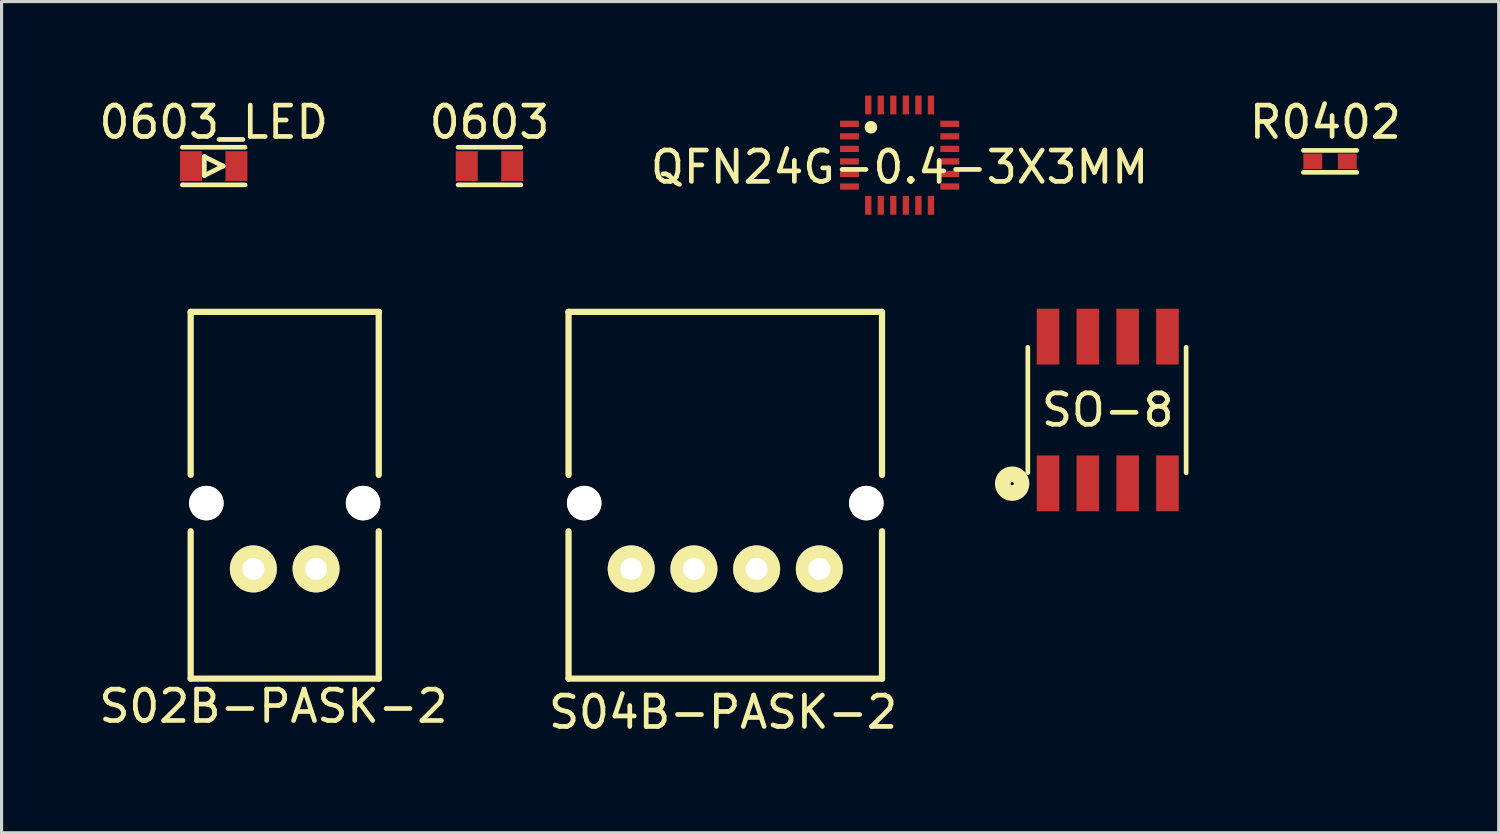
<source format=kicad_pcb>
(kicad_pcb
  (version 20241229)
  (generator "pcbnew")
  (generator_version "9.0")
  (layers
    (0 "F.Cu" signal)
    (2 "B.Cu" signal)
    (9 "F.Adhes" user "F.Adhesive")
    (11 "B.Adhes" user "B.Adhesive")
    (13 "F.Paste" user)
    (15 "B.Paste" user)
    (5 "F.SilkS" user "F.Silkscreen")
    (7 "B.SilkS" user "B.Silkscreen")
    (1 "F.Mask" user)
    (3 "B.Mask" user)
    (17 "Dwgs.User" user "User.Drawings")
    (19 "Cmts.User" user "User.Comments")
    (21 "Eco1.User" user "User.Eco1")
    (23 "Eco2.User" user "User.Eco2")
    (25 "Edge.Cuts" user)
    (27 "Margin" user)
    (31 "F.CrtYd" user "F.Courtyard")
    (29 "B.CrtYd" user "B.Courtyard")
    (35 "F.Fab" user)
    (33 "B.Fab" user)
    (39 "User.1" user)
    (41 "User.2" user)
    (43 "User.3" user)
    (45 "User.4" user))
  (footprint "SO-8"
    (layer "F.Cu")
    (at 32.29 10.03)
    (property "Reference" "SO-8" (at 0 0 0) (layer "F.SilkS") (effects (font (size 1 1) (thickness 0.15))))
    (attr through_hole)
    (fp_line (start -2.55 -2) (end -2.55 2) (stroke (width 0.15) (type solid)) (layer "F.SilkS"))
    (fp_line (start 2.5 2) (end 2.5 -2) (stroke (width 0.15) (type solid)) (layer "F.SilkS"))
    (fp_circle (center -3.05 2.35) (end -2.75 2.35) (stroke (width 0.5) (type solid)) (fill no) (layer "F.SilkS"))
    (pad "1" smd rect (at -1.905 2.34) (size 0.72 1.78) (layers "F.Cu" "F.Mask" "F.Paste"))
    (pad "2" smd rect (at -0.635 2.34) (size 0.72 1.78) (layers "F.Cu" "F.Mask" "F.Paste"))
    (pad "3" smd rect (at 0.635 2.34) (size 0.72 1.78) (layers "F.Cu" "F.Mask" "F.Paste"))
    (pad "4" smd rect (at 1.905 2.34) (size 0.72 1.78) (layers "F.Cu" "F.Mask" "F.Paste"))
    (pad "5" smd rect (at 1.905 -2.34) (size 0.72 1.78) (layers "F.Cu" "F.Mask" "F.Paste"))
    (pad "6" smd rect (at 0.635 -2.34) (size 0.72 1.78) (layers "F.Cu" "F.Mask" "F.Paste"))
    (pad "7" smd rect (at -0.635 -2.34) (size 0.72 1.78) (layers "F.Cu" "F.Mask" "F.Paste"))
    (pad "8" smd rect (at -1.905 -2.34) (size 0.72 1.78) (layers "F.Cu" "F.Mask" "F.Paste")))
  (footprint "S02B-PASK-2"
    (layer "F.Cu")
    (at 5.033 15.1)
    (property "Reference" "S02B-PASK-2" (at 0.64 4.38 0) (layer "F.SilkS") (effects (font (size 1 1) (thickness 0.15))))
    (attr through_hole)
    (fp_line (start -2 -8.2) (end -2 -3) (stroke (width 0.2) (type solid)) (layer "F.SilkS"))
    (fp_line (start -2 -1.2) (end -2 3.5) (stroke (width 0.2) (type solid)) (layer "F.SilkS"))
    (fp_line (start -2 3.5) (end 4 3.5) (stroke (width 0.2) (type solid)) (layer "F.SilkS"))
    (fp_line (start 4 -8.2) (end -2 -8.2) (stroke (width 0.2) (type solid)) (layer "F.SilkS"))
    (fp_line (start 4 -3) (end 4 -8.2) (stroke (width 0.2) (type solid)) (layer "F.SilkS"))
    (fp_line (start 4 3.5) (end 4 -1.2) (stroke (width 0.2) (type solid)) (layer "F.SilkS"))
    (pad "" np_thru_hole circle (at -1.5 -2.1) (size 1.1 1.1) (drill 1.1) (layers "*.Cu" "*.Mask" "F.SilkS"))
    (pad "" np_thru_hole circle (at 3.5 -2.1) (size 1.1 1.1) (drill 1.1) (layers "*.Cu" "*.Mask" "F.SilkS"))
    (pad "1" thru_hole circle (at 0 0) (size 1.5 1.5) (drill 0.7) (layers "*.Cu" "*.Mask" "F.SilkS"))
    (pad "2" thru_hole circle (at 2 0) (size 1.5 1.5) (drill 0.7) (layers "*.Cu" "*.Mask" "F.SilkS")))
  (footprint "0603"
    (layer "F.Cu")
    (at 12.565 2.248)
    (property "Reference" "0603" (at 0 -1.4 0) (layer "F.SilkS") (effects (font (size 1 1) (thickness 0.15))))
    (attr through_hole)
    (fp_line (start -1 -0.6) (end 1 -0.6) (stroke (width 0.15) (type solid)) (layer "F.SilkS"))
    (fp_line (start -1 0.6) (end 1 0.6) (stroke (width 0.15) (type solid)) (layer "F.SilkS"))
    (pad "1" smd rect (at -0.725 0) (size 0.7 0.95) (layers "F.Cu" "F.Mask" "F.Paste"))
    (pad "2" smd rect (at 0.725 0) (size 0.7 0.95) (layers "F.Cu" "F.Mask" "F.Paste")))
  (footprint "QFN24G-0.4-3X3MM"
    (layer "F.Cu")
    (at 25.649 1.9)
    (property "Reference" "QFN24G-0.4-3X3MM" (at 0 0.381 0) (layer "F.SilkS") (effects (font (size 1 1) (thickness 0.15))))
    (attr smd)
    (fp_circle (center -0.914 -0.889) (end -0.914 -0.787) (stroke (width 0.2) (type solid)) (fill no) (layer "F.SilkS"))
    (pad "1" smd rect (at -1.6 -1) (size 0.6 0.2) (layers "F.Cu" "F.Mask" "F.Paste"))
    (pad "2" smd rect (at -1.6 -0.6) (size 0.6 0.2) (layers "F.Cu" "F.Mask" "F.Paste"))
    (pad "3" smd rect (at -1.6 -0.2) (size 0.6 0.2) (layers "F.Cu" "F.Mask" "F.Paste"))
    (pad "4" smd rect (at -1.6 0.2) (size 0.6 0.2) (layers "F.Cu" "F.Mask" "F.Paste"))
    (pad "5" smd rect (at -1.6 0.6) (size 0.6 0.2) (layers "F.Cu" "F.Mask" "F.Paste"))
    (pad "6" smd rect (at -1.6 1) (size 0.6 0.2) (layers "F.Cu" "F.Mask" "F.Paste"))
    (pad "7" smd rect (at -1 1.6 90) (size 0.6 0.2) (layers "F.Cu" "F.Mask" "F.Paste"))
    (pad "8" smd rect (at -0.6 1.6 90) (size 0.6 0.2) (layers "F.Cu" "F.Mask" "F.Paste"))
    (pad "9" smd rect (at -0.2 1.6 90) (size 0.6 0.2) (layers "F.Cu" "F.Mask" "F.Paste"))
    (pad "10" smd rect (at 0.2 1.6 90) (size 0.6 0.2) (layers "F.Cu" "F.Mask" "F.Paste"))
    (pad "11" smd rect (at 0.6 1.6 90) (size 0.6 0.2) (layers "F.Cu" "F.Mask" "F.Paste"))
    (pad "12" smd rect (at 1 1.6 90) (size 0.6 0.2) (layers "F.Cu" "F.Mask" "F.Paste"))
    (pad "13" smd rect (at 1.6 1 180) (size 0.6 0.2) (layers "F.Cu" "F.Mask" "F.Paste"))
    (pad "14" smd rect (at 1.6 0.6 180) (size 0.6 0.2) (layers "F.Cu" "F.Mask" "F.Paste"))
    (pad "15" smd rect (at 1.6 0.2 180) (size 0.6 0.2) (layers "F.Cu" "F.Mask" "F.Paste"))
    (pad "16" smd rect (at 1.6 -0.2 180) (size 0.6 0.2) (layers "F.Cu" "F.Mask" "F.Paste"))
    (pad "17" smd rect (at 1.6 -0.6 180) (size 0.6 0.2) (layers "F.Cu" "F.Mask" "F.Paste"))
    (pad "18" smd rect (at 1.6 -1 180) (size 0.6 0.2) (layers "F.Cu" "F.Mask" "F.Paste"))
    (pad "19" smd rect (at 1 -1.6 270) (size 0.6 0.2) (layers "F.Cu" "F.Mask" "F.Paste"))
    (pad "20" smd rect (at 0.6 -1.6 270) (size 0.6 0.2) (layers "F.Cu" "F.Mask" "F.Paste"))
    (pad "21" smd rect (at 0.2 -1.6 270) (size 0.6 0.2) (layers "F.Cu" "F.Mask" "F.Paste"))
    (pad "22" smd rect (at -0.2 -1.6 270) (size 0.6 0.2) (layers "F.Cu" "F.Mask" "F.Paste"))
    (pad "23" smd rect (at -0.6 -1.6 270) (size 0.6 0.2) (layers "F.Cu" "F.Mask" "F.Paste"))
    (pad "24" smd rect (at -1 -1.6 270) (size 0.6 0.2) (layers "F.Cu" "F.Mask" "F.Paste")))
  (footprint "R0402"
    (layer "F.Cu")
    (at 38.832 2.098)
    (property "Reference" "R0402" (at 0.4 -1.25 0) (layer "F.SilkS") (effects (font (size 1 1) (thickness 0.15))))
    (attr through_hole)
    (fp_line (start -0.3 -0.35) (end 1.4 -0.35) (stroke (width 0.15) (type solid)) (layer "F.SilkS"))
    (fp_line (start -0.3 0.35) (end 1.4 0.35) (stroke (width 0.15) (type solid)) (layer "F.SilkS"))
    (pad "1" smd rect (at 0 0) (size 0.6 0.5) (layers "F.Cu" "F.Mask" "F.Paste"))
    (pad "2" smd rect (at 1.1 0) (size 0.6 0.5) (layers "F.Cu" "F.Mask" "F.Paste")))
  (footprint "0603_LED"
    (layer "F.Cu")
    (at 3.768 2.248)
    (property "Reference" "0603_LED" (at 0 -1.4 0) (layer "F.SilkS") (effects (font (size 1 1) (thickness 0.15))))
    (attr through_hole)
    (fp_line (start -1 -0.6) (end 1 -0.6) (stroke (width 0.15) (type solid)) (layer "F.SilkS"))
    (fp_line (start -1 0.6) (end 1 0.6) (stroke (width 0.15) (type solid)) (layer "F.SilkS"))
    (fp_line (start -0.3 -0.3) (end 0.3 0) (stroke (width 0.15) (type solid)) (layer "F.SilkS"))
    (fp_line (start -0.3 0.3) (end -0.3 -0.3) (stroke (width 0.15) (type solid)) (layer "F.SilkS"))
    (fp_line (start 0.3 0) (end -0.3 0.3) (stroke (width 0.15) (type solid)) (layer "F.SilkS"))
    (pad "1" smd rect (at -0.725 0) (size 0.7 0.95) (layers "F.Cu" "F.Mask" "F.Paste"))
    (pad "2" smd rect (at 0.725 0) (size 0.7 0.95) (layers "F.Cu" "F.Mask" "F.Paste")))
  (footprint "S04B-PASK-2"
    (layer "F.Cu")
    (at 17.088 15.1)
    (property "Reference" "S04B-PASK-2" (at 2.93 4.57 0) (layer "F.SilkS") (effects (font (size 1 1) (thickness 0.15))))
    (attr through_hole)
    (fp_line (start -2 -8.2) (end -2 -3) (stroke (width 0.2) (type solid)) (layer "F.SilkS"))
    (fp_line (start -2 -1.2) (end -2 3.5) (stroke (width 0.2) (type solid)) (layer "F.SilkS"))
    (fp_line (start -2 3.5) (end 8 3.5) (stroke (width 0.2) (type solid)) (layer "F.SilkS"))
    (fp_line (start 8 -8.2) (end -2 -8.2) (stroke (width 0.2) (type solid)) (layer "F.SilkS"))
    (fp_line (start 8 -3) (end 8 -8.2) (stroke (width 0.2) (type solid)) (layer "F.SilkS"))
    (fp_line (start 8 3.5) (end 8 -1.2) (stroke (width 0.2) (type solid)) (layer "F.SilkS"))
    (pad "" np_thru_hole circle (at -1.5 -2.1) (size 1.1 1.1) (drill 1.1) (layers "*.Cu" "*.Mask" "F.SilkS"))
    (pad "" np_thru_hole circle (at 7.5 -2.1) (size 1.1 1.1) (drill 1.1) (layers "*.Cu" "*.Mask" "F.SilkS"))
    (pad "1" thru_hole circle (at 0 0) (size 1.5 1.5) (drill 0.7) (layers "*.Cu" "*.Mask" "F.SilkS"))
    (pad "2" thru_hole circle (at 2 0) (size 1.5 1.5) (drill 0.7) (layers "*.Cu" "*.Mask" "F.SilkS"))
    (pad "3" thru_hole circle (at 4 0) (size 1.5 1.5) (drill 0.7) (layers "*.Cu" "*.Mask" "F.SilkS"))
    (pad "4" thru_hole circle (at 6 0) (size 1.5 1.5) (drill 0.7) (layers "*.Cu" "*.Mask" "F.SilkS")))
  (gr_rect
    (start -3 -3)
    (end 44.762 23.518)
    (stroke (width 0.1) (type default))
    (fill no)
    (layer "Edge.Cuts")))
</source>
